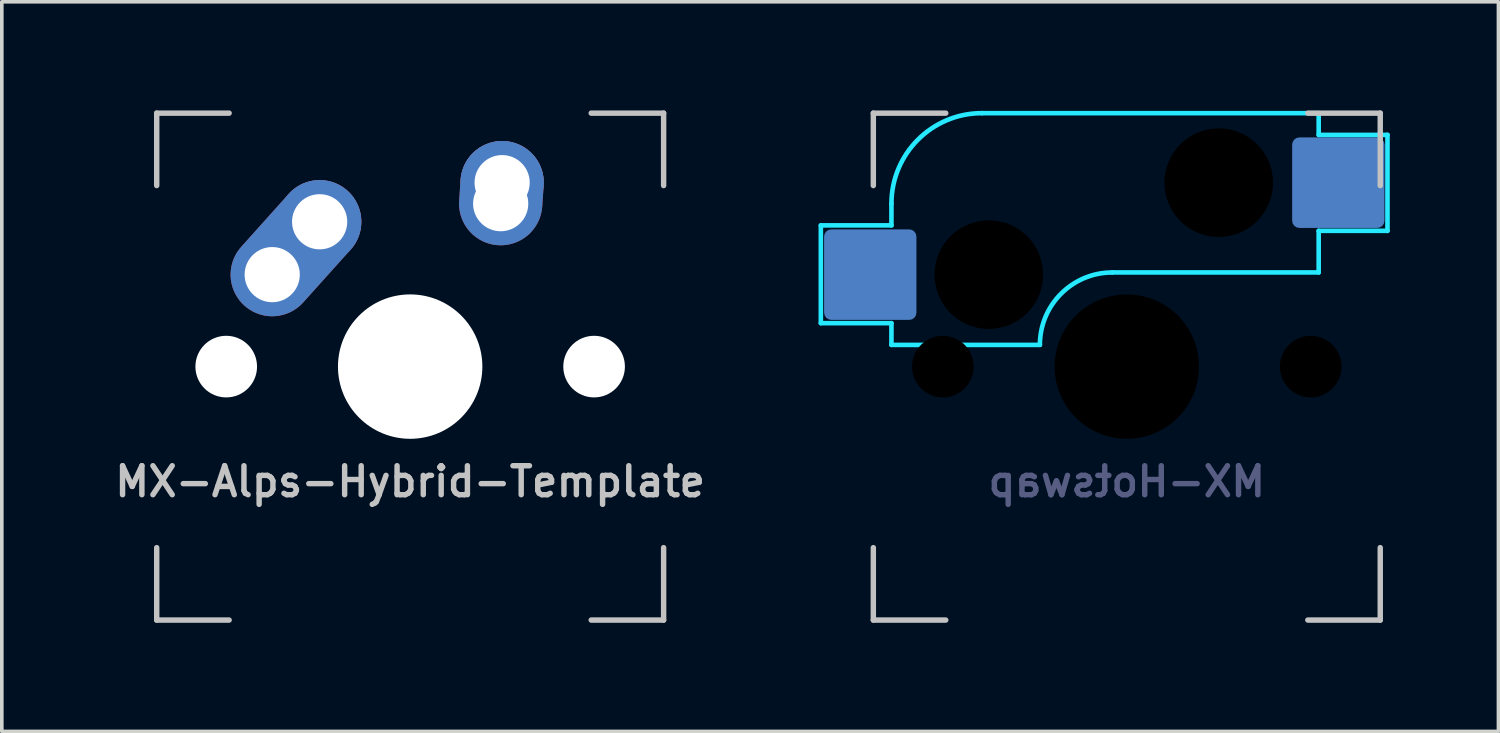
<source format=kicad_pcb>
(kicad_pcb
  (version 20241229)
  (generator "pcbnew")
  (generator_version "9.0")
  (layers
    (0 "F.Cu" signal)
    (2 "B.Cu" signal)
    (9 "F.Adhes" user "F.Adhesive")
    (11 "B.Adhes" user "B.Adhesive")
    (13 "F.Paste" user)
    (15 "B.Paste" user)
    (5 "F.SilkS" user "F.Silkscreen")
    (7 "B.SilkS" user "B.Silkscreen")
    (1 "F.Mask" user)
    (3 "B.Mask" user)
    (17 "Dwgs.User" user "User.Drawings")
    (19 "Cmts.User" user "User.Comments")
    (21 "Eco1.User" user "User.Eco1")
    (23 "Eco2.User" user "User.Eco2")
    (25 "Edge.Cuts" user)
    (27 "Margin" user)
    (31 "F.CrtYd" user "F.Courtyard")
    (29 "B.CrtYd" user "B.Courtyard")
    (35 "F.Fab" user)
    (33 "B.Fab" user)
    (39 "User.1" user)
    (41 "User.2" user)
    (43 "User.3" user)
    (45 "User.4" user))
  (footprint "MX-Hotswap"
    (layer "F.Cu")
    (at 28.07 7.075)
    (property "Reference" "MX-Hotswap" (at 0 3.175 0) (layer "B.Fab") (effects (font (size 0.8 0.8) (thickness 0.15)) (justify mirror)))
    (attr smd)
    (fp_line (start -7 -7) (end -7 -5) (stroke (width 0.15) (type solid)) (layer "Dwgs.User"))
    (fp_line (start -7 5) (end -7 7) (stroke (width 0.15) (type solid)) (layer "Dwgs.User"))
    (fp_line (start -7 7) (end -5 7) (stroke (width 0.15) (type solid)) (layer "Dwgs.User"))
    (fp_line (start -5 -7) (end -7 -7) (stroke (width 0.15) (type solid)) (layer "Dwgs.User"))
    (fp_line (start 5 -7) (end 7 -7) (stroke (width 0.15) (type solid)) (layer "Dwgs.User"))
    (fp_line (start 5 7) (end 7 7) (stroke (width 0.15) (type solid)) (layer "Dwgs.User"))
    (fp_line (start 7 -7) (end 7 -5) (stroke (width 0.15) (type solid)) (layer "Dwgs.User"))
    (fp_line (start 7 7) (end 7 5) (stroke (width 0.15) (type solid)) (layer "Dwgs.User"))
    (fp_line (start -8.45 -3.9) (end -8.45 -1.2) (stroke (width 0.127) (type solid)) (layer "B.CrtYd"))
    (fp_line (start -8.45 -1.2) (end -6.5 -1.2) (stroke (width 0.127) (type solid)) (layer "B.CrtYd"))
    (fp_line (start -6.5 -4.5) (end -6.5 -3.9) (stroke (width 0.127) (type solid)) (layer "B.CrtYd"))
    (fp_line (start -6.5 -3.9) (end -8.45 -3.9) (stroke (width 0.127) (type solid)) (layer "B.CrtYd"))
    (fp_line (start -6.5 -0.6) (end -6.5 -1.2) (stroke (width 0.127) (type solid)) (layer "B.CrtYd"))
    (fp_line (start -6.5 -0.6) (end -2.4 -0.6) (stroke (width 0.127) (type solid)) (layer "B.CrtYd"))
    (fp_line (start -0.4 -2.6) (end 5.3 -2.6) (stroke (width 0.127) (type solid)) (layer "B.CrtYd"))
    (fp_line (start 5.3 -7) (end -4 -7) (stroke (width 0.127) (type solid)) (layer "B.CrtYd"))
    (fp_line (start 5.3 -7) (end 5.3 -6.4) (stroke (width 0.127) (type solid)) (layer "B.CrtYd"))
    (fp_line (start 5.3 -6.4) (end 7.2 -6.4) (stroke (width 0.127) (type solid)) (layer "B.CrtYd"))
    (fp_line (start 5.3 -2.6) (end 5.3 -3.75) (stroke (width 0.127) (type solid)) (layer "B.CrtYd"))
    (fp_line (start 7.2 -6.4) (end 7.2 -3.75) (stroke (width 0.127) (type solid)) (layer "B.CrtYd"))
    (fp_line (start 7.2 -3.75) (end 5.3 -3.75) (stroke (width 0.127) (type solid)) (layer "B.CrtYd"))
    (fp_arc (start -6.5 -4.5) (mid -5.767767 -6.267767) (end -4 -7) (stroke (width 0.127) (type solid)) (layer "B.CrtYd"))
    (fp_arc (start -2.4 -0.6) (mid -1.814214 -2.014214) (end -0.4 -2.6) (stroke (width 0.127) (type solid)) (layer "B.CrtYd"))
    (pad "" np_thru_hole circle (at -5.08 0 48.099) (size 1.702 1.702) (drill 1.702) (layers "*.Mask"))
    (pad "" np_thru_hole circle (at -3.81 -2.54) (size 3 3) (drill 3) (layers "*.Mask"))
    (pad "" np_thru_hole circle (at 0 0) (size 3.988 3.988) (drill 3.988) (layers "*.Mask"))
    (pad "" np_thru_hole circle (at 2.54 -5.08) (size 3 3) (drill 3) (layers "*.Mask"))
    (pad "" np_thru_hole circle (at 5.08 0 48.099) (size 1.702 1.702) (drill 1.702) (layers "*.Mask"))
    (pad "1" smd roundrect (at -7.085 -2.54) (size 2.55 2.5) (layers "B.Cu" "B.Mask" "B.Paste") (roundrect_rratio 0.08))
    (pad "2" smd roundrect (at 5.842 -5.08) (size 2.55 2.5) (layers "B.Cu" "B.Mask" "B.Paste") (roundrect_rratio 0.08)))
  (footprint "MX-Alps-Hybrid-Template"
    (layer "F.Cu")
    (at 8.278 7.075)
    (property "Reference" "MX-Alps-Hybrid-Template" (at 0 3.175 0) (layer "Dwgs.User") (effects (font (size 0.8 0.8) (thickness 0.15))))
    (attr through_hole)
    (fp_line (start -7 -7) (end -7 -5) (stroke (width 0.15) (type solid)) (layer "Dwgs.User"))
    (fp_line (start -7 5) (end -7 7) (stroke (width 0.15) (type solid)) (layer "Dwgs.User"))
    (fp_line (start -7 7) (end -5 7) (stroke (width 0.15) (type solid)) (layer "Dwgs.User"))
    (fp_line (start -5 -7) (end -7 -7) (stroke (width 0.15) (type solid)) (layer "Dwgs.User"))
    (fp_line (start 5 -7) (end 7 -7) (stroke (width 0.15) (type solid)) (layer "Dwgs.User"))
    (fp_line (start 5 7) (end 7 7) (stroke (width 0.15) (type solid)) (layer "Dwgs.User"))
    (fp_line (start 7 -7) (end 7 -5) (stroke (width 0.15) (type solid)) (layer "Dwgs.User"))
    (fp_line (start 7 7) (end 7 5) (stroke (width 0.15) (type solid)) (layer "Dwgs.User"))
    (pad "" np_thru_hole circle (at -5.08 0 48.099) (size 1.702 1.702) (drill 1.702) (layers "*.Cu" "*.Mask"))
    (pad "" np_thru_hole circle (at 0 0) (size 3.988 3.988) (drill 3.988) (layers "*.Cu" "*.Mask"))
    (pad "" np_thru_hole circle (at 5.08 0 48.099) (size 1.702 1.702) (drill 1.702) (layers "*.Cu" "*.Mask"))
    (pad "1" thru_hole oval (at -3.81 -2.54 48.099) (size 4.262 2.3) (drill 1.524 (offset 0.981 0)) (layers "*.Cu" "B.Mask"))
    (pad "1" thru_hole circle (at -2.5 -4) (size 2.3 2.3) (drill 1.524) (layers "*.Cu" "B.Mask"))
    (pad "2" thru_hole oval (at 2.5 -4.5 86.054) (size 2.881 2.3) (drill 1.524 (offset 0.291 0)) (layers "*.Cu" "B.Mask"))
    (pad "2" thru_hole circle (at 2.54 -5.08) (size 2.3 2.3) (drill 1.524) (layers "*.Cu" "B.Mask")))
  (gr_rect
    (start -3 -3)
    (end 38.334 17.15)
    (stroke (width 0.1) (type default))
    (fill no)
    (layer "Edge.Cuts")))
</source>
